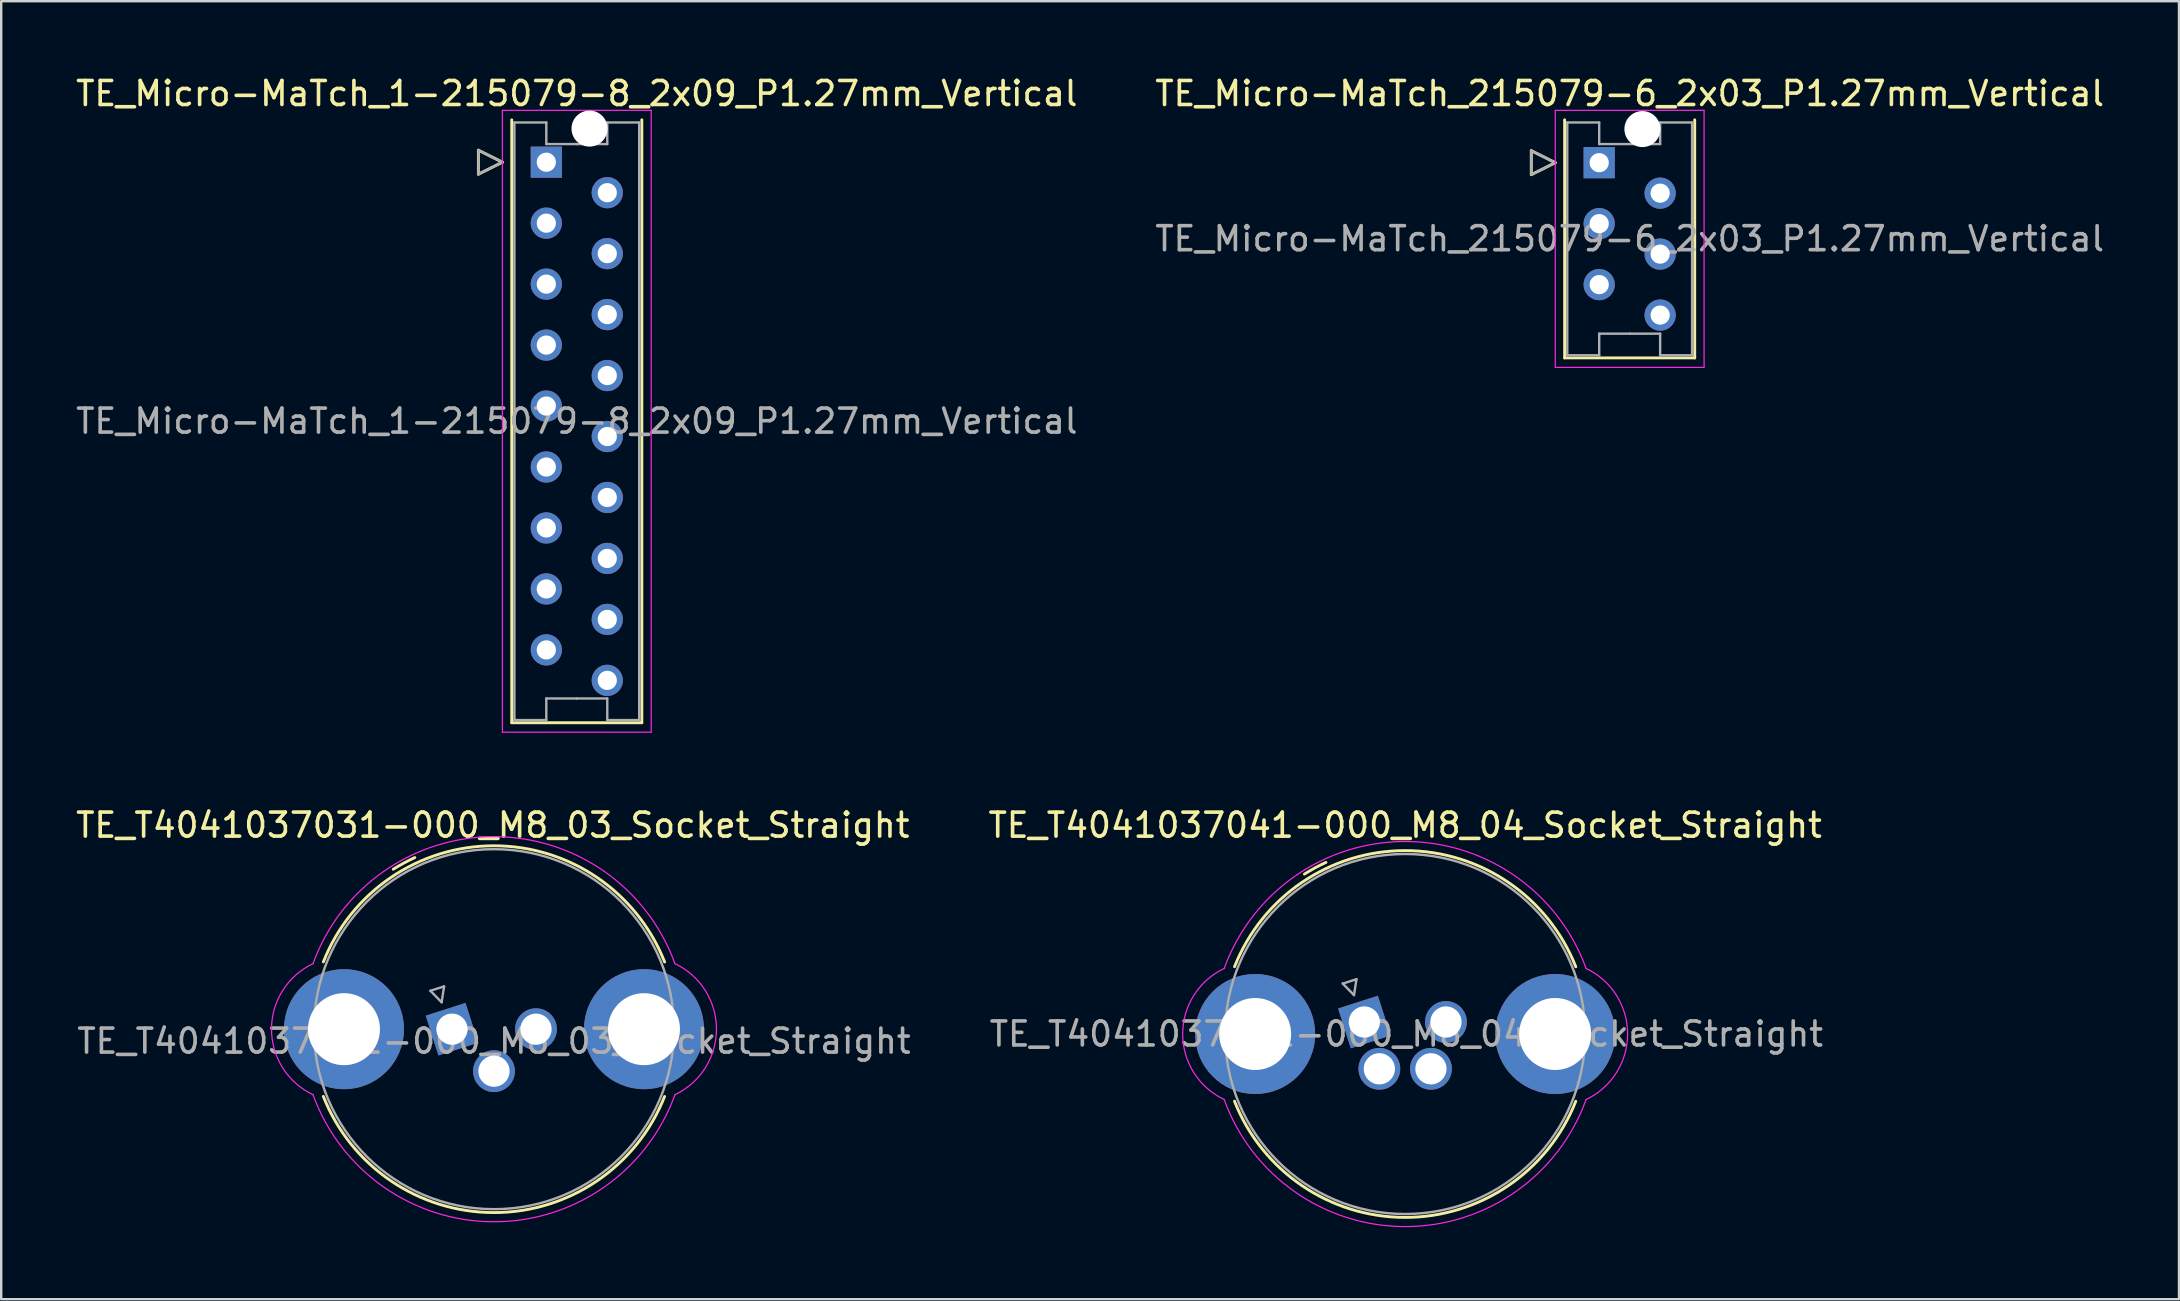
<source format=kicad_pcb>
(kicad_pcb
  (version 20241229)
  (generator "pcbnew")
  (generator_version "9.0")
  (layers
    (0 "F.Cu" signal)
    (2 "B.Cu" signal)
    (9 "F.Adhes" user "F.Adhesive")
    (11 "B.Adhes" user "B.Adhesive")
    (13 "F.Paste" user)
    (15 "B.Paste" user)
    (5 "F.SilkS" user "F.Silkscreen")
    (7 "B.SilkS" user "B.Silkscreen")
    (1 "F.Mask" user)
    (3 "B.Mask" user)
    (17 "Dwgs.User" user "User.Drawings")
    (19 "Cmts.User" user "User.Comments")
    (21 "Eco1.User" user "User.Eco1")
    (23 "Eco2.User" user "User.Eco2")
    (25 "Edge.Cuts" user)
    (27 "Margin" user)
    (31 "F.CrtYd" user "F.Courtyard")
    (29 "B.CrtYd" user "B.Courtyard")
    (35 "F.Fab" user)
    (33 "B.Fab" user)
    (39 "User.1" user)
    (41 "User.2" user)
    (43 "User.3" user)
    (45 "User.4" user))
  (footprint "TE_T4041037031-000_M8_03_Socket_Straight"
    (layer "F.Cu")
    (at 15.782 39.831)
    (property "Reference" "TE_T4041037031-000_M8_03_Socket_Straight" (at 1.7 -8.5 0) (layer "F.SilkS") (effects (font (size 1 1) (thickness 0.15))))
    (attr through_hole)
    (fp_arc (start -5.358655 -2.803412) (mid 1.751834 -7.641472) (end 8.86 -2.8) (stroke (width 0.12) (type default)) (layer "F.SilkS"))
    (fp_arc (start -2.446063 -6.663748) (mid -2.005908 -6.921388) (end -1.55 -7.149999) (stroke (width 0.12) (type default)) (layer "F.SilkS"))
    (fp_arc (start 8.858655 2.803413) (mid 1.748166 7.641472) (end -5.36 2.8) (stroke (width 0.12) (type default)) (layer "F.SilkS"))
    (fp_arc (start -5.79 -2.73) (mid 1.75 -8.021096) (end 9.29 -2.73) (stroke (width 0.05) (type default)) (layer "F.CrtYd"))
    (fp_arc (start -5.79 2.73) (mid -7.519436 0) (end -5.79 -2.73) (stroke (width 0.05) (type default)) (layer "F.CrtYd"))
    (fp_arc (start 9.29 -2.73) (mid 11.019437 0) (end 9.29 2.73) (stroke (width 0.05) (type default)) (layer "F.CrtYd"))
    (fp_arc (start 9.29 2.73) (mid 1.75 8.02452) (end -5.79 2.73) (stroke (width 0.05) (type default)) (layer "F.CrtYd"))
    (fp_line (start -0.9 -1.6) (end -0.431 -1.12) (stroke (width 0.1) (type solid)) (layer "F.Fab"))
    (fp_line (start -0.431 -1.12) (end -0.329 -1.783) (stroke (width 0.1) (type solid)) (layer "F.Fab"))
    (fp_line (start -0.329 -1.783) (end -0.9 -1.6) (stroke (width 0.1) (type solid)) (layer "F.Fab"))
    (fp_circle (center 1.75 0) (end 9.25 0) (stroke (width 0.1) (type default)) (fill no) (layer "F.Fab"))
    (fp_text user "${REFERENCE}" (at 1.75 0.5 0) (layer "F.Fab") (effects (font (size 1 1) (thickness 0.15))))
    (pad "1" thru_hole rect (at 0 0 17.8) (size 1.74 1.74) (drill 1.3) (layers "*.Cu" "*.Mask"))
    (pad "3" thru_hole circle (at 3.5 0 180) (size 1.74 1.74) (drill 1.3) (layers "*.Cu" "*.Mask"))
    (pad "4" thru_hole circle (at 1.75 1.75 180) (size 1.74 1.74) (drill 1.3) (layers "*.Cu" "*.Mask"))
    (pad "SH" thru_hole circle (at -4.5 0 180) (size 5 5) (drill 3) (layers "*.Cu" "*.Mask"))
    (pad "SH" thru_hole circle (at 8 0 180) (size 5 5) (drill 3) (layers "*.Cu" "*.Mask")))
  (footprint "TE_T4041037041-000_M8_04_Socket_Straight"
    (layer "F.Cu")
    (at 53.796 39.532)
    (property "Reference" "TE_T4041037041-000_M8_04_Socket_Straight" (at 1.7 -8.2 0) (layer "F.SilkS") (effects (font (size 1 1) (thickness 0.15))))
    (attr through_hole)
    (fp_arc (start -5.408655 -2.303412) (mid 1.701834 -7.141472) (end 8.81 -2.3) (stroke (width 0.12) (type default)) (layer "F.SilkS"))
    (fp_arc (start -2.496063 -6.163748) (mid -2.055909 -6.421389) (end -1.6 -6.649999) (stroke (width 0.12) (type default)) (layer "F.SilkS"))
    (fp_arc (start 8.808655 3.303413) (mid 1.698166 8.141472) (end -5.41 3.3) (stroke (width 0.12) (type default)) (layer "F.SilkS"))
    (fp_arc (start -5.84 -2.23) (mid 1.7 -7.521096) (end 9.24 -2.23) (stroke (width 0.05) (type default)) (layer "F.CrtYd"))
    (fp_arc (start -5.84 3.23) (mid -7.569436 0.5) (end -5.84 -2.23) (stroke (width 0.05) (type default)) (layer "F.CrtYd"))
    (fp_arc (start 9.24 -2.23) (mid 10.969437 0.5) (end 9.24 3.23) (stroke (width 0.05) (type default)) (layer "F.CrtYd"))
    (fp_arc (start 9.24 3.23) (mid 1.7 8.524521) (end -5.84 3.23) (stroke (width 0.05) (type default)) (layer "F.CrtYd"))
    (fp_line (start -0.9 -1.6) (end -0.431 -1.12) (stroke (width 0.1) (type solid)) (layer "F.Fab"))
    (fp_line (start -0.431 -1.12) (end -0.329 -1.783) (stroke (width 0.1) (type solid)) (layer "F.Fab"))
    (fp_line (start -0.329 -1.783) (end -0.9 -1.6) (stroke (width 0.1) (type solid)) (layer "F.Fab"))
    (fp_circle (center 1.7 0.5) (end 9.2 0.5) (stroke (width 0.1) (type default)) (fill no) (layer "F.Fab"))
    (fp_text user "${REFERENCE}" (at 1.75 0.5 0) (layer "F.Fab") (effects (font (size 1 1) (thickness 0.15))))
    (pad "1" thru_hole rect (at 0 0 17.8) (size 1.74 1.74) (drill 1.3) (layers "*.Cu" "*.Mask"))
    (pad "2" thru_hole circle (at 0.625 1.95 180) (size 1.74 1.74) (drill 1.3) (layers "*.Cu" "*.Mask"))
    (pad "3" thru_hole circle (at 3.4 0 180) (size 1.74 1.74) (drill 1.3) (layers "*.Cu" "*.Mask"))
    (pad "4" thru_hole circle (at 2.775 1.95 180) (size 1.74 1.74) (drill 1.3) (layers "*.Cu" "*.Mask"))
    (pad "SH" thru_hole circle (at -4.55 0.5 180) (size 5 5) (drill 3) (layers "*.Cu" "*.Mask"))
    (pad "SH" thru_hole circle (at 7.95 0.5 180) (size 5 5) (drill 3) (layers "*.Cu" "*.Mask")))
  (footprint "TE_Micro-MaTch_215079-6_2x03_P1.27mm_Vertical"
    (layer "F.Cu")
    (at 63.581 3.728)
    (property "Reference" "TE_Micro-MaTch_215079-6_2x03_P1.27mm_Vertical" (at 1.27 -2.88 0) (layer "F.SilkS") (effects (font (size 1 1) (thickness 0.15))))
    (attr through_hole)
    (fp_line (start -2.83 -0.5) (end -1.83 0) (stroke (width 0.12) (type solid)) (layer "F.SilkS"))
    (fp_line (start -2.83 0.5) (end -2.83 -0.5) (stroke (width 0.12) (type solid)) (layer "F.SilkS"))
    (fp_line (start -1.83 0) (end -2.83 0.5) (stroke (width 0.12) (type solid)) (layer "F.SilkS"))
    (fp_line (start -1.44 -1.785) (end -1.44 8.135) (stroke (width 0.12) (type solid)) (layer "F.SilkS"))
    (fp_line (start -1.44 8.135) (end 3.98 8.135) (stroke (width 0.12) (type solid)) (layer "F.SilkS"))
    (fp_line (start 3.98 8.135) (end 3.98 -1.785) (stroke (width 0.12) (type solid)) (layer "F.SilkS"))
    (fp_line (start -1.83 -2.18) (end -1.83 8.53) (stroke (width 0.05) (type solid)) (layer "F.CrtYd"))
    (fp_line (start -1.83 8.53) (end 4.37 8.53) (stroke (width 0.05) (type solid)) (layer "F.CrtYd"))
    (fp_line (start 4.37 -2.18) (end -1.83 -2.18) (stroke (width 0.05) (type solid)) (layer "F.CrtYd"))
    (fp_line (start 4.37 8.53) (end 4.37 -2.18) (stroke (width 0.05) (type solid)) (layer "F.CrtYd"))
    (fp_line (start -2.83 -0.5) (end -1.83 0) (stroke (width 0.1) (type solid)) (layer "F.Fab"))
    (fp_line (start -2.83 0.5) (end -2.83 -0.5) (stroke (width 0.1) (type solid)) (layer "F.Fab"))
    (fp_line (start -1.83 0) (end -2.83 0.5) (stroke (width 0.1) (type solid)) (layer "F.Fab"))
    (fp_line (start -1.33 -1.675) (end -1.33 3.175) (stroke (width 0.1) (type solid)) (layer "F.Fab"))
    (fp_line (start -1.33 8.025) (end -1.33 3.175) (stroke (width 0.1) (type solid)) (layer "F.Fab"))
    (fp_line (start 0 -1.675) (end -1.33 -1.675) (stroke (width 0.1) (type solid)) (layer "F.Fab"))
    (fp_line (start 0 -0.775) (end 0 -1.675) (stroke (width 0.1) (type solid)) (layer "F.Fab"))
    (fp_line (start 0 7.125) (end 0 8.025) (stroke (width 0.1) (type solid)) (layer "F.Fab"))
    (fp_line (start 0 8.025) (end -1.33 8.025) (stroke (width 0.1) (type solid)) (layer "F.Fab"))
    (fp_line (start 1.27 -0.775) (end 0 -0.775) (stroke (width 0.1) (type solid)) (layer "F.Fab"))
    (fp_line (start 1.27 -0.775) (end 2.54 -0.775) (stroke (width 0.1) (type solid)) (layer "F.Fab"))
    (fp_line (start 1.27 7.125) (end 0 7.125) (stroke (width 0.1) (type solid)) (layer "F.Fab"))
    (fp_line (start 1.27 7.125) (end 2.54 7.125) (stroke (width 0.1) (type solid)) (layer "F.Fab"))
    (fp_line (start 2.54 -1.675) (end 3.87 -1.675) (stroke (width 0.1) (type solid)) (layer "F.Fab"))
    (fp_line (start 2.54 -0.775) (end 2.54 -1.675) (stroke (width 0.1) (type solid)) (layer "F.Fab"))
    (fp_line (start 2.54 7.125) (end 2.54 8.025) (stroke (width 0.1) (type solid)) (layer "F.Fab"))
    (fp_line (start 2.54 8.025) (end 3.87 8.025) (stroke (width 0.1) (type solid)) (layer "F.Fab"))
    (fp_line (start 3.87 -1.675) (end 3.87 3.175) (stroke (width 0.1) (type solid)) (layer "F.Fab"))
    (fp_line (start 3.87 8.025) (end 3.87 3.175) (stroke (width 0.1) (type solid)) (layer "F.Fab"))
    (fp_text user "${REFERENCE}" (at 1.27 3.17 0) (layer "F.Fab") (effects (font (size 1 1) (thickness 0.15))))
    (pad "" np_thru_hole circle (at 1.8 -1.4) (size 1.5 1.5) (drill 1.5) (layers "*.Cu" "*.Mask"))
    (pad "1" thru_hole rect (at 0 0) (size 1.3 1.3) (drill 0.8) (layers "*.Cu" "*.Mask"))
    (pad "2" thru_hole circle (at 2.54 1.27) (size 1.3 1.3) (drill 0.8) (layers "*.Cu" "*.Mask"))
    (pad "3" thru_hole circle (at 0 2.54) (size 1.3 1.3) (drill 0.8) (layers "*.Cu" "*.Mask"))
    (pad "4" thru_hole circle (at 2.54 3.81) (size 1.3 1.3) (drill 0.8) (layers "*.Cu" "*.Mask"))
    (pad "5" thru_hole circle (at 0 5.08) (size 1.3 1.3) (drill 0.8) (layers "*.Cu" "*.Mask"))
    (pad "6" thru_hole circle (at 2.54 6.35) (size 1.3 1.3) (drill 0.8) (layers "*.Cu" "*.Mask")))
  (footprint "TE_Micro-MaTch_1-215079-8_2x09_P1.27mm_Vertical"
    (layer "F.Cu")
    (at 19.712 3.708)
    (property "Reference" "TE_Micro-MaTch_1-215079-8_2x09_P1.27mm_Vertical" (at 1.27 -2.86 0) (layer "F.SilkS") (effects (font (size 1 1) (thickness 0.15))))
    (attr through_hole)
    (fp_line (start -2.83 -0.5) (end -1.83 0) (stroke (width 0.12) (type solid)) (layer "F.SilkS"))
    (fp_line (start -2.83 0.5) (end -2.83 -0.5) (stroke (width 0.12) (type solid)) (layer "F.SilkS"))
    (fp_line (start -1.83 0) (end -2.83 0.5) (stroke (width 0.12) (type solid)) (layer "F.SilkS"))
    (fp_line (start -1.44 -1.765) (end -1.44 23.355) (stroke (width 0.12) (type solid)) (layer "F.SilkS"))
    (fp_line (start -1.44 23.355) (end 3.98 23.355) (stroke (width 0.12) (type solid)) (layer "F.SilkS"))
    (fp_line (start 3.98 23.355) (end 3.98 -1.765) (stroke (width 0.12) (type solid)) (layer "F.SilkS"))
    (fp_line (start -1.83 -2.16) (end -1.83 23.75) (stroke (width 0.05) (type solid)) (layer "F.CrtYd"))
    (fp_line (start -1.83 23.75) (end 4.37 23.75) (stroke (width 0.05) (type solid)) (layer "F.CrtYd"))
    (fp_line (start 4.37 -2.16) (end -1.83 -2.16) (stroke (width 0.05) (type solid)) (layer "F.CrtYd"))
    (fp_line (start 4.37 23.75) (end 4.37 -2.16) (stroke (width 0.05) (type solid)) (layer "F.CrtYd"))
    (fp_line (start -2.83 -0.5) (end -1.83 0) (stroke (width 0.1) (type solid)) (layer "F.Fab"))
    (fp_line (start -2.83 0.5) (end -2.83 -0.5) (stroke (width 0.1) (type solid)) (layer "F.Fab"))
    (fp_line (start -1.83 0) (end -2.83 0.5) (stroke (width 0.1) (type solid)) (layer "F.Fab"))
    (fp_line (start -1.33 -1.655) (end -1.33 10.795) (stroke (width 0.1) (type solid)) (layer "F.Fab"))
    (fp_line (start -1.33 23.245) (end -1.33 10.795) (stroke (width 0.1) (type solid)) (layer "F.Fab"))
    (fp_line (start 0 -1.655) (end -1.33 -1.655) (stroke (width 0.1) (type solid)) (layer "F.Fab"))
    (fp_line (start 0 -0.755) (end 0 -1.655) (stroke (width 0.1) (type solid)) (layer "F.Fab"))
    (fp_line (start 0 22.345) (end 0 23.245) (stroke (width 0.1) (type solid)) (layer "F.Fab"))
    (fp_line (start 0 23.245) (end -1.33 23.245) (stroke (width 0.1) (type solid)) (layer "F.Fab"))
    (fp_line (start 1.27 -0.755) (end 0 -0.755) (stroke (width 0.1) (type solid)) (layer "F.Fab"))
    (fp_line (start 1.27 -0.755) (end 2.54 -0.755) (stroke (width 0.1) (type solid)) (layer "F.Fab"))
    (fp_line (start 1.27 22.345) (end 0 22.345) (stroke (width 0.1) (type solid)) (layer "F.Fab"))
    (fp_line (start 1.27 22.345) (end 2.54 22.345) (stroke (width 0.1) (type solid)) (layer "F.Fab"))
    (fp_line (start 2.54 -1.655) (end 3.87 -1.655) (stroke (width 0.1) (type solid)) (layer "F.Fab"))
    (fp_line (start 2.54 -0.755) (end 2.54 -1.655) (stroke (width 0.1) (type solid)) (layer "F.Fab"))
    (fp_line (start 2.54 22.345) (end 2.54 23.245) (stroke (width 0.1) (type solid)) (layer "F.Fab"))
    (fp_line (start 2.54 23.245) (end 3.87 23.245) (stroke (width 0.1) (type solid)) (layer "F.Fab"))
    (fp_line (start 3.87 -1.655) (end 3.87 10.795) (stroke (width 0.1) (type solid)) (layer "F.Fab"))
    (fp_line (start 3.87 23.245) (end 3.87 10.795) (stroke (width 0.1) (type solid)) (layer "F.Fab"))
    (fp_text user "${REFERENCE}" (at 1.27 10.79 0) (layer "F.Fab") (effects (font (size 1 1) (thickness 0.15))))
    (pad "" np_thru_hole circle (at 1.8 -1.4) (size 1.5 1.5) (drill 1.5) (layers "*.Cu" "*.Mask"))
    (pad "1" thru_hole rect (at 0 0) (size 1.3 1.3) (drill 0.8) (layers "*.Cu" "*.Mask"))
    (pad "2" thru_hole circle (at 2.54 1.27) (size 1.3 1.3) (drill 0.8) (layers "*.Cu" "*.Mask"))
    (pad "3" thru_hole circle (at 0 2.54) (size 1.3 1.3) (drill 0.8) (layers "*.Cu" "*.Mask"))
    (pad "4" thru_hole circle (at 2.54 3.81) (size 1.3 1.3) (drill 0.8) (layers "*.Cu" "*.Mask"))
    (pad "5" thru_hole circle (at 0 5.08) (size 1.3 1.3) (drill 0.8) (layers "*.Cu" "*.Mask"))
    (pad "6" thru_hole circle (at 2.54 6.35) (size 1.3 1.3) (drill 0.8) (layers "*.Cu" "*.Mask"))
    (pad "7" thru_hole circle (at 0 7.62) (size 1.3 1.3) (drill 0.8) (layers "*.Cu" "*.Mask"))
    (pad "8" thru_hole circle (at 2.54 8.89) (size 1.3 1.3) (drill 0.8) (layers "*.Cu" "*.Mask"))
    (pad "9" thru_hole circle (at 0 10.16) (size 1.3 1.3) (drill 0.8) (layers "*.Cu" "*.Mask"))
    (pad "10" thru_hole circle (at 2.54 11.43) (size 1.3 1.3) (drill 0.8) (layers "*.Cu" "*.Mask"))
    (pad "11" thru_hole circle (at 0 12.7) (size 1.3 1.3) (drill 0.8) (layers "*.Cu" "*.Mask"))
    (pad "12" thru_hole circle (at 2.54 13.97) (size 1.3 1.3) (drill 0.8) (layers "*.Cu" "*.Mask"))
    (pad "13" thru_hole circle (at 0 15.24) (size 1.3 1.3) (drill 0.8) (layers "*.Cu" "*.Mask"))
    (pad "14" thru_hole circle (at 2.54 16.51) (size 1.3 1.3) (drill 0.8) (layers "*.Cu" "*.Mask"))
    (pad "15" thru_hole circle (at 0 17.78) (size 1.3 1.3) (drill 0.8) (layers "*.Cu" "*.Mask"))
    (pad "16" thru_hole circle (at 2.54 19.05) (size 1.3 1.3) (drill 0.8) (layers "*.Cu" "*.Mask"))
    (pad "17" thru_hole circle (at 0 20.32) (size 1.3 1.3) (drill 0.8) (layers "*.Cu" "*.Mask"))
    (pad "18" thru_hole circle (at 2.54 21.59) (size 1.3 1.3) (drill 0.8) (layers "*.Cu" "*.Mask")))
  (gr_rect
    (start -3 -3)
    (end 87.738 51.081)
    (stroke (width 0.1) (type default))
    (fill no)
    (layer "Edge.Cuts")))
</source>
